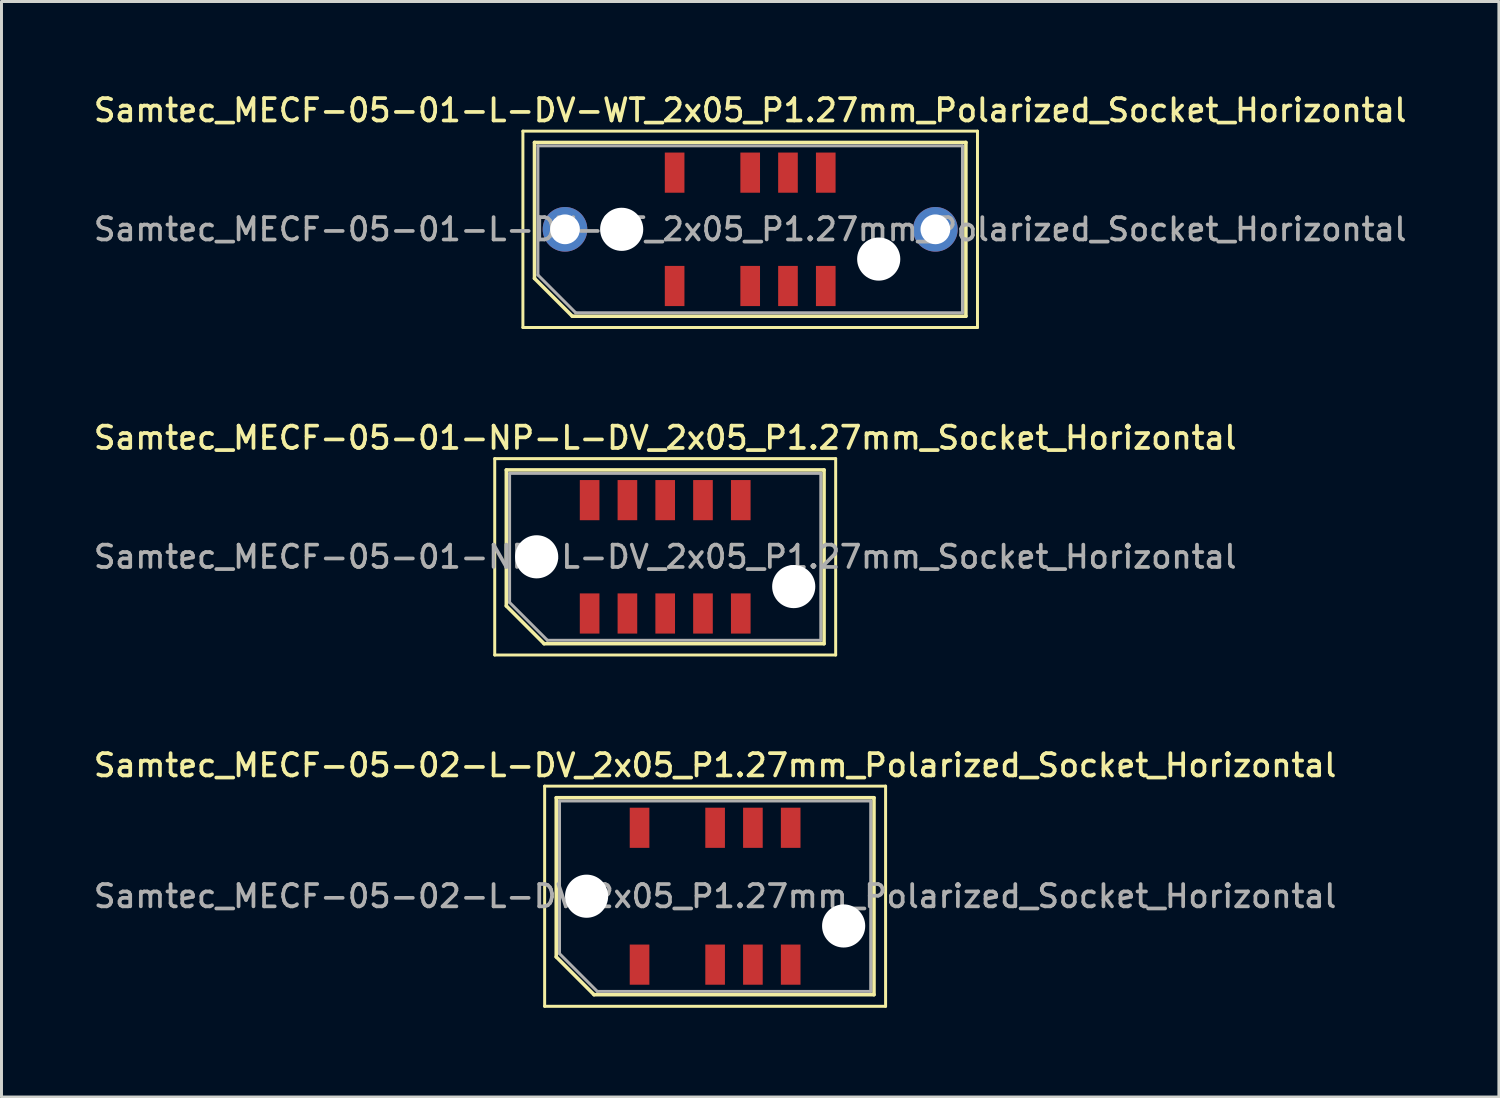
<source format=kicad_pcb>
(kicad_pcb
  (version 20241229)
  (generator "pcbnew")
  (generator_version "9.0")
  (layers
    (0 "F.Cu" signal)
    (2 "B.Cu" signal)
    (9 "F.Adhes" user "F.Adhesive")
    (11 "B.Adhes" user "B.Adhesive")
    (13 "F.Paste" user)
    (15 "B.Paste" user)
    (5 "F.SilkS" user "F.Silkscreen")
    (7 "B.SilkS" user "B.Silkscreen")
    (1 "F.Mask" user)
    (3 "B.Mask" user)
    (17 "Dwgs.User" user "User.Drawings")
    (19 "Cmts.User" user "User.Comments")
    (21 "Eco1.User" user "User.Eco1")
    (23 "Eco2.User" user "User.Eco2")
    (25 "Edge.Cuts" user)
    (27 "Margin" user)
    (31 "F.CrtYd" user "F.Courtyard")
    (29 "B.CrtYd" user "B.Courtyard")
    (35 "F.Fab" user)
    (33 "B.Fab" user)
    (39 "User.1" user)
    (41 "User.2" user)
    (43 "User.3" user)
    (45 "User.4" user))
  (footprint "Samtec_MECF-05-02-L-DV_2x05_P1.27mm_Polarized_Socket_Horizontal"
    (layer "F.Cu")
    (at 20.987 27.074)
    (property "Reference" "Samtec_MECF-05-02-L-DV_2x05_P1.27mm_Polarized_Socket_Horizontal" (at 0 -4.4 0) (layer "F.SilkS") (effects (font (size 0.75 0.75) (thickness 0.125))))
    (attr smd)
    (fp_line (start -5.73 -3.7) (end -5.73 3.7) (stroke (width 0.1) (type solid)) (layer "F.SilkS"))
    (fp_line (start -5.73 3.7) (end 5.73 3.7) (stroke (width 0.1) (type solid)) (layer "F.SilkS"))
    (fp_line (start -5.34 -3.31) (end 5.34 -3.31) (stroke (width 0.12) (type solid)) (layer "F.SilkS"))
    (fp_line (start -5.34 2.04) (end -5.34 -3.31) (stroke (width 0.12) (type solid)) (layer "F.SilkS"))
    (fp_line (start -4.07 3.31) (end -5.34 2.04) (stroke (width 0.12) (type solid)) (layer "F.SilkS"))
    (fp_line (start -4.07 3.31) (end 5.34 3.31) (stroke (width 0.12) (type solid)) (layer "F.SilkS"))
    (fp_line (start 5.34 3.31) (end 5.34 -3.31) (stroke (width 0.12) (type solid)) (layer "F.SilkS"))
    (fp_line (start 5.73 -3.7) (end -5.73 -3.7) (stroke (width 0.1) (type solid)) (layer "F.SilkS"))
    (fp_line (start 5.73 3.7) (end 5.73 -3.7) (stroke (width 0.1) (type solid)) (layer "F.SilkS"))
    (fp_line (start -5.23 -3.2) (end 5.23 -3.2) (stroke (width 0.1) (type solid)) (layer "F.Fab"))
    (fp_line (start -5.23 1.93) (end -5.23 -3.2) (stroke (width 0.1) (type solid)) (layer "F.Fab"))
    (fp_line (start -5.23 1.93) (end -3.96 3.2) (stroke (width 0.1) (type solid)) (layer "F.Fab"))
    (fp_line (start -3.96 3.2) (end 5.23 3.2) (stroke (width 0.1) (type solid)) (layer "F.Fab"))
    (fp_line (start 5.23 3.2) (end 5.23 -3.2) (stroke (width 0.1) (type solid)) (layer "F.Fab"))
    (fp_text user "${REFERENCE}" (at 0 0 0) (layer "F.Fab") (effects (font (size 0.75 0.75) (thickness 0.125))))
    (pad "" np_thru_hole circle (at -4.32 0) (size 1.45 1.45) (drill 1.45) (layers "*.Cu" "*.Mask"))
    (pad "" np_thru_hole circle (at 4.32 1) (size 1.45 1.45) (drill 1.45) (layers "*.Cu" "*.Mask"))
    (pad "1" smd rect (at -2.54 2.3) (size 0.66 1.35) (layers "F.Cu" "F.Mask" "F.Paste"))
    (pad "2" smd rect (at -2.54 -2.3) (size 0.66 1.35) (layers "F.Cu" "F.Mask" "F.Paste"))
    (pad "5" smd rect (at 0 2.3) (size 0.66 1.35) (layers "F.Cu" "F.Mask" "F.Paste"))
    (pad "6" smd rect (at 0 -2.3) (size 0.66 1.35) (layers "F.Cu" "F.Mask" "F.Paste"))
    (pad "7" smd rect (at 1.27 2.3) (size 0.66 1.35) (layers "F.Cu" "F.Mask" "F.Paste"))
    (pad "8" smd rect (at 1.27 -2.3) (size 0.66 1.35) (layers "F.Cu" "F.Mask" "F.Paste"))
    (pad "9" smd rect (at 2.54 2.3) (size 0.66 1.35) (layers "F.Cu" "F.Mask" "F.Paste"))
    (pad "10" smd rect (at 2.54 -2.3) (size 0.66 1.35) (layers "F.Cu" "F.Mask" "F.Paste")))
  (footprint "Samtec_MECF-05-01-L-DV-WT_2x05_P1.27mm_Polarized_Socket_Horizontal"
    (layer "F.Cu")
    (at 22.166 4.658)
    (property "Reference" "Samtec_MECF-05-01-L-DV-WT_2x05_P1.27mm_Polarized_Socket_Horizontal" (at 0 -4 0) (layer "F.SilkS") (effects (font (size 0.75 0.75) (thickness 0.125))))
    (attr smd)
    (fp_line (start -7.64 -3.3) (end -7.64 3.3) (stroke (width 0.1) (type solid)) (layer "F.SilkS"))
    (fp_line (start -7.64 3.3) (end 7.64 3.3) (stroke (width 0.1) (type solid)) (layer "F.SilkS"))
    (fp_line (start -7.25 -2.92) (end 7.25 -2.92) (stroke (width 0.12) (type solid)) (layer "F.SilkS"))
    (fp_line (start -7.25 1.65) (end -7.25 -2.92) (stroke (width 0.12) (type solid)) (layer "F.SilkS"))
    (fp_line (start -5.98 2.92) (end -7.25 1.65) (stroke (width 0.12) (type solid)) (layer "F.SilkS"))
    (fp_line (start -5.98 2.92) (end 7.25 2.92) (stroke (width 0.12) (type solid)) (layer "F.SilkS"))
    (fp_line (start 7.25 2.92) (end 7.25 -2.92) (stroke (width 0.12) (type solid)) (layer "F.SilkS"))
    (fp_line (start 7.64 -3.3) (end -7.64 -3.3) (stroke (width 0.1) (type solid)) (layer "F.SilkS"))
    (fp_line (start 7.64 3.3) (end 7.64 -3.3) (stroke (width 0.1) (type solid)) (layer "F.SilkS"))
    (fp_line (start -7.135 -2.805) (end 7.135 -2.805) (stroke (width 0.1) (type solid)) (layer "F.Fab"))
    (fp_line (start -7.135 1.535) (end -7.135 -2.805) (stroke (width 0.1) (type solid)) (layer "F.Fab"))
    (fp_line (start -7.135 1.535) (end -5.865 2.805) (stroke (width 0.1) (type solid)) (layer "F.Fab"))
    (fp_line (start -5.865 2.805) (end 7.135 2.805) (stroke (width 0.1) (type solid)) (layer "F.Fab"))
    (fp_line (start 7.135 2.805) (end 7.135 -2.805) (stroke (width 0.1) (type solid)) (layer "F.Fab"))
    (fp_text user "${REFERENCE}" (at 0 0 0) (layer "F.Fab") (effects (font (size 0.75 0.75) (thickness 0.125))))
    (pad "" thru_hole circle (at -6.225 0) (size 1.5 1.5) (drill 1) (layers "*.Cu" "*.Mask"))
    (pad "" np_thru_hole circle (at -4.32 0) (size 1.45 1.45) (drill 1.45) (layers "*.Cu" "*.Mask"))
    (pad "" np_thru_hole circle (at 4.32 1) (size 1.45 1.45) (drill 1.45) (layers "*.Cu" "*.Mask"))
    (pad "" thru_hole circle (at 6.225 0) (size 1.5 1.5) (drill 1) (layers "*.Cu" "*.Mask"))
    (pad "1" smd rect (at -2.54 1.905) (size 0.66 1.35) (layers "F.Cu" "F.Mask" "F.Paste"))
    (pad "2" smd rect (at -2.54 -1.905) (size 0.66 1.35) (layers "F.Cu" "F.Mask" "F.Paste"))
    (pad "5" smd rect (at 0 1.905) (size 0.66 1.35) (layers "F.Cu" "F.Mask" "F.Paste"))
    (pad "6" smd rect (at 0 -1.905) (size 0.66 1.35) (layers "F.Cu" "F.Mask" "F.Paste"))
    (pad "7" smd rect (at 1.27 1.905) (size 0.66 1.35) (layers "F.Cu" "F.Mask" "F.Paste"))
    (pad "8" smd rect (at 1.27 -1.905) (size 0.66 1.35) (layers "F.Cu" "F.Mask" "F.Paste"))
    (pad "9" smd rect (at 2.54 1.905) (size 0.66 1.35) (layers "F.Cu" "F.Mask" "F.Paste"))
    (pad "10" smd rect (at 2.54 -1.905) (size 0.66 1.35) (layers "F.Cu" "F.Mask" "F.Paste")))
  (footprint "Samtec_MECF-05-01-NP-L-DV_2x05_P1.27mm_Socket_Horizontal"
    (layer "F.Cu")
    (at 19.309 15.666)
    (property "Reference" "Samtec_MECF-05-01-NP-L-DV_2x05_P1.27mm_Socket_Horizontal" (at 0 -4 0) (layer "F.SilkS") (effects (font (size 0.75 0.75) (thickness 0.125))))
    (attr smd)
    (fp_line (start -5.73 -3.3) (end -5.73 3.3) (stroke (width 0.1) (type solid)) (layer "F.SilkS"))
    (fp_line (start -5.73 3.3) (end 5.73 3.3) (stroke (width 0.1) (type solid)) (layer "F.SilkS"))
    (fp_line (start -5.34 -2.92) (end 5.34 -2.92) (stroke (width 0.12) (type solid)) (layer "F.SilkS"))
    (fp_line (start -5.34 1.65) (end -5.34 -2.92) (stroke (width 0.12) (type solid)) (layer "F.SilkS"))
    (fp_line (start -4.07 2.92) (end -5.34 1.65) (stroke (width 0.12) (type solid)) (layer "F.SilkS"))
    (fp_line (start -4.07 2.92) (end 5.34 2.92) (stroke (width 0.12) (type solid)) (layer "F.SilkS"))
    (fp_line (start 5.34 2.92) (end 5.34 -2.92) (stroke (width 0.12) (type solid)) (layer "F.SilkS"))
    (fp_line (start 5.73 -3.3) (end -5.73 -3.3) (stroke (width 0.1) (type solid)) (layer "F.SilkS"))
    (fp_line (start 5.73 3.3) (end 5.73 -3.3) (stroke (width 0.1) (type solid)) (layer "F.SilkS"))
    (fp_line (start -5.23 -2.805) (end 5.23 -2.805) (stroke (width 0.1) (type solid)) (layer "F.Fab"))
    (fp_line (start -5.23 1.535) (end -5.23 -2.805) (stroke (width 0.1) (type solid)) (layer "F.Fab"))
    (fp_line (start -5.23 1.535) (end -3.96 2.805) (stroke (width 0.1) (type solid)) (layer "F.Fab"))
    (fp_line (start -3.96 2.805) (end 5.23 2.805) (stroke (width 0.1) (type solid)) (layer "F.Fab"))
    (fp_line (start 5.23 2.805) (end 5.23 -2.805) (stroke (width 0.1) (type solid)) (layer "F.Fab"))
    (fp_text user "${REFERENCE}" (at 0 0 0) (layer "F.Fab") (effects (font (size 0.75 0.75) (thickness 0.125))))
    (pad "" np_thru_hole circle (at -4.32 0) (size 1.45 1.45) (drill 1.45) (layers "*.Cu" "*.Mask"))
    (pad "" np_thru_hole circle (at 4.32 1) (size 1.45 1.45) (drill 1.45) (layers "*.Cu" "*.Mask"))
    (pad "1" smd rect (at -2.54 1.905) (size 0.66 1.35) (layers "F.Cu" "F.Mask" "F.Paste"))
    (pad "2" smd rect (at -2.54 -1.905) (size 0.66 1.35) (layers "F.Cu" "F.Mask" "F.Paste"))
    (pad "3" smd rect (at -1.27 1.905) (size 0.66 1.35) (layers "F.Cu" "F.Mask" "F.Paste"))
    (pad "4" smd rect (at -1.27 -1.905) (size 0.66 1.35) (layers "F.Cu" "F.Mask" "F.Paste"))
    (pad "5" smd rect (at 0 1.905) (size 0.66 1.35) (layers "F.Cu" "F.Mask" "F.Paste"))
    (pad "6" smd rect (at 0 -1.905) (size 0.66 1.35) (layers "F.Cu" "F.Mask" "F.Paste"))
    (pad "7" smd rect (at 1.27 1.905) (size 0.66 1.35) (layers "F.Cu" "F.Mask" "F.Paste"))
    (pad "8" smd rect (at 1.27 -1.905) (size 0.66 1.35) (layers "F.Cu" "F.Mask" "F.Paste"))
    (pad "9" smd rect (at 2.54 1.905) (size 0.66 1.35) (layers "F.Cu" "F.Mask" "F.Paste"))
    (pad "10" smd rect (at 2.54 -1.905) (size 0.66 1.35) (layers "F.Cu" "F.Mask" "F.Paste")))
  (gr_rect
    (start -3 -3)
    (end 47.332 33.824)
    (stroke (width 0.1) (type default))
    (fill no)
    (layer "Edge.Cuts")))
</source>
